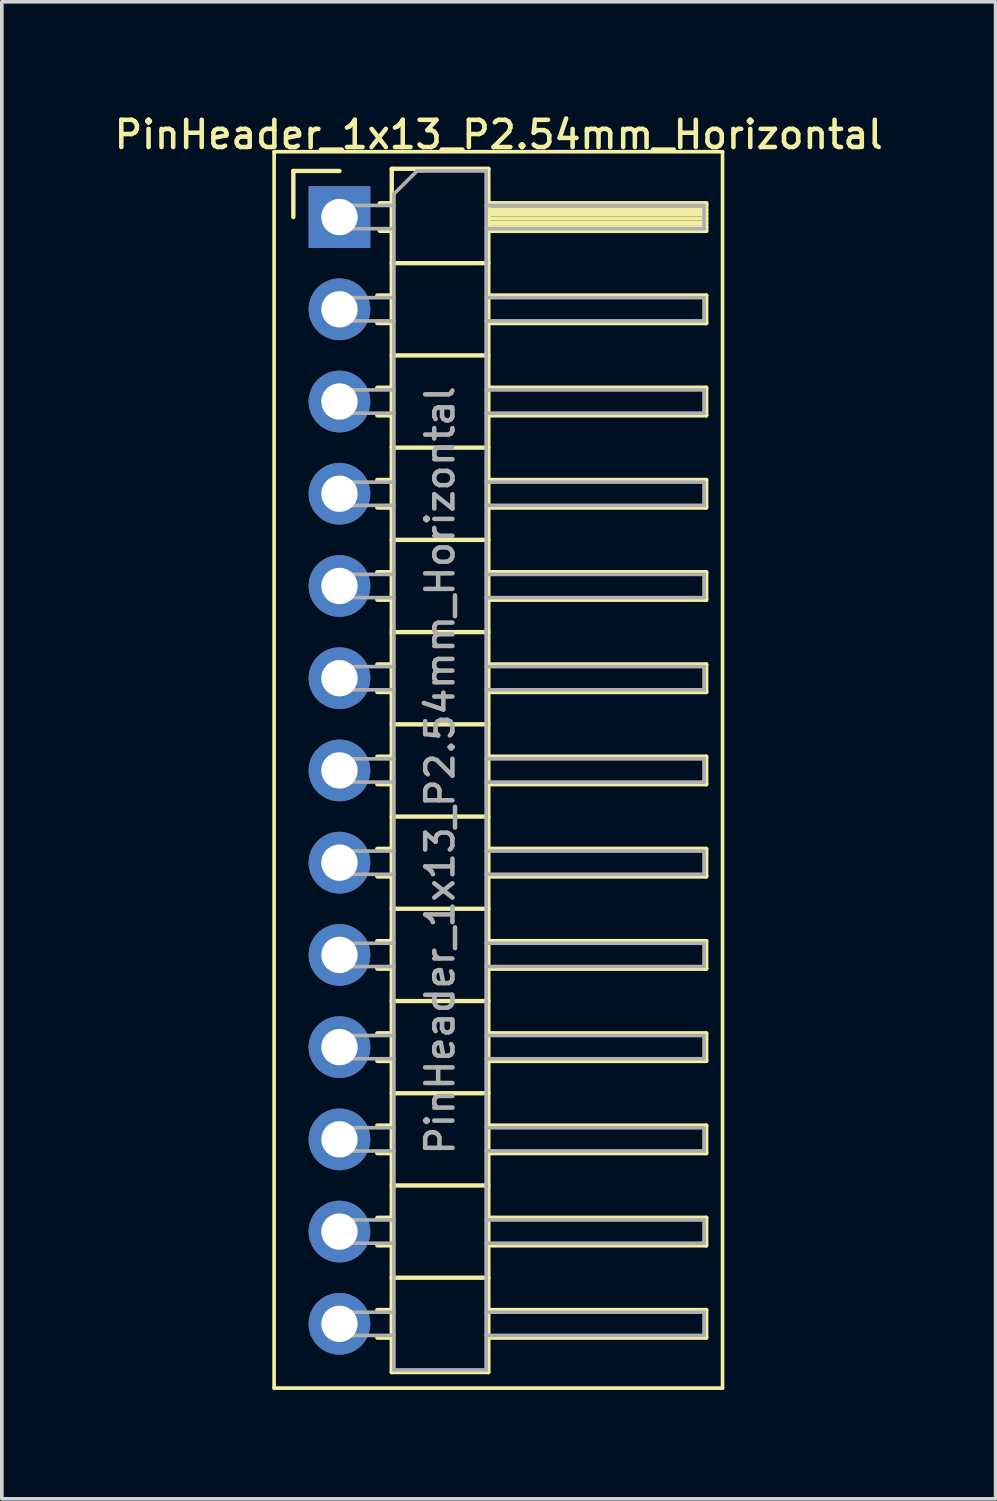
<source format=kicad_pcb>
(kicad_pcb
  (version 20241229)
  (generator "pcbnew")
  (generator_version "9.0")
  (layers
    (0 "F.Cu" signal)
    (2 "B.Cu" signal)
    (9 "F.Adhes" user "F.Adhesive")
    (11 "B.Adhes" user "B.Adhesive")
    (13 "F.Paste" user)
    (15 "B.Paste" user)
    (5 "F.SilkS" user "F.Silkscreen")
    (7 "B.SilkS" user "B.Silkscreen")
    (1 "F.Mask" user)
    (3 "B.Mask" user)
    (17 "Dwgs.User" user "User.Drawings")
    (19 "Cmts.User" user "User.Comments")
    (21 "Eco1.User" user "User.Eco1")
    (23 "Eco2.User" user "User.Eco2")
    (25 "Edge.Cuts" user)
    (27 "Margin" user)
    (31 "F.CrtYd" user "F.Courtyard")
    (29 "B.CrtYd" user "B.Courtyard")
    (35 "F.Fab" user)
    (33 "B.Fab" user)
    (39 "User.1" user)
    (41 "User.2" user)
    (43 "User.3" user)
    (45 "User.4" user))
  (footprint "PinHeader_1x13_P2.54mm_Horizontal"
    (layer "F.Cu")
    (at 6.299 2.928)
    (property "Reference" "PinHeader_1x13_P2.54mm_Horizontal" (at 4.385 -2.27 0) (layer "F.SilkS") (effects (font (size 0.75 0.75) (thickness 0.125))))
    (attr through_hole)
    (fp_line (start -1.8 -1.8) (end -1.8 32.25) (stroke (width 0.1) (type solid)) (layer "F.SilkS"))
    (fp_line (start -1.8 32.25) (end 10.55 32.25) (stroke (width 0.1) (type solid)) (layer "F.SilkS"))
    (fp_line (start -1.27 -1.27) (end 0 -1.27) (stroke (width 0.12) (type solid)) (layer "F.SilkS"))
    (fp_line (start -1.27 0) (end -1.27 -1.27) (stroke (width 0.12) (type solid)) (layer "F.SilkS"))
    (fp_line (start 1.043 2.16) (end 1.44 2.16) (stroke (width 0.12) (type solid)) (layer "F.SilkS"))
    (fp_line (start 1.043 2.92) (end 1.44 2.92) (stroke (width 0.12) (type solid)) (layer "F.SilkS"))
    (fp_line (start 1.043 4.7) (end 1.44 4.7) (stroke (width 0.12) (type solid)) (layer "F.SilkS"))
    (fp_line (start 1.043 5.46) (end 1.44 5.46) (stroke (width 0.12) (type solid)) (layer "F.SilkS"))
    (fp_line (start 1.043 7.24) (end 1.44 7.24) (stroke (width 0.12) (type solid)) (layer "F.SilkS"))
    (fp_line (start 1.043 8) (end 1.44 8) (stroke (width 0.12) (type solid)) (layer "F.SilkS"))
    (fp_line (start 1.043 9.78) (end 1.44 9.78) (stroke (width 0.12) (type solid)) (layer "F.SilkS"))
    (fp_line (start 1.043 10.54) (end 1.44 10.54) (stroke (width 0.12) (type solid)) (layer "F.SilkS"))
    (fp_line (start 1.043 12.32) (end 1.44 12.32) (stroke (width 0.12) (type solid)) (layer "F.SilkS"))
    (fp_line (start 1.043 13.08) (end 1.44 13.08) (stroke (width 0.12) (type solid)) (layer "F.SilkS"))
    (fp_line (start 1.043 14.86) (end 1.44 14.86) (stroke (width 0.12) (type solid)) (layer "F.SilkS"))
    (fp_line (start 1.043 15.62) (end 1.44 15.62) (stroke (width 0.12) (type solid)) (layer "F.SilkS"))
    (fp_line (start 1.043 17.4) (end 1.44 17.4) (stroke (width 0.12) (type solid)) (layer "F.SilkS"))
    (fp_line (start 1.043 18.16) (end 1.44 18.16) (stroke (width 0.12) (type solid)) (layer "F.SilkS"))
    (fp_line (start 1.043 19.94) (end 1.44 19.94) (stroke (width 0.12) (type solid)) (layer "F.SilkS"))
    (fp_line (start 1.043 20.7) (end 1.44 20.7) (stroke (width 0.12) (type solid)) (layer "F.SilkS"))
    (fp_line (start 1.043 22.48) (end 1.44 22.48) (stroke (width 0.12) (type solid)) (layer "F.SilkS"))
    (fp_line (start 1.043 23.24) (end 1.44 23.24) (stroke (width 0.12) (type solid)) (layer "F.SilkS"))
    (fp_line (start 1.043 25.02) (end 1.44 25.02) (stroke (width 0.12) (type solid)) (layer "F.SilkS"))
    (fp_line (start 1.043 25.78) (end 1.44 25.78) (stroke (width 0.12) (type solid)) (layer "F.SilkS"))
    (fp_line (start 1.043 27.56) (end 1.44 27.56) (stroke (width 0.12) (type solid)) (layer "F.SilkS"))
    (fp_line (start 1.043 28.32) (end 1.44 28.32) (stroke (width 0.12) (type solid)) (layer "F.SilkS"))
    (fp_line (start 1.043 30.1) (end 1.44 30.1) (stroke (width 0.12) (type solid)) (layer "F.SilkS"))
    (fp_line (start 1.043 30.86) (end 1.44 30.86) (stroke (width 0.12) (type solid)) (layer "F.SilkS"))
    (fp_line (start 1.11 -0.38) (end 1.44 -0.38) (stroke (width 0.12) (type solid)) (layer "F.SilkS"))
    (fp_line (start 1.11 0.38) (end 1.44 0.38) (stroke (width 0.12) (type solid)) (layer "F.SilkS"))
    (fp_line (start 1.44 -1.33) (end 1.44 31.81) (stroke (width 0.12) (type solid)) (layer "F.SilkS"))
    (fp_line (start 1.44 1.27) (end 4.1 1.27) (stroke (width 0.12) (type solid)) (layer "F.SilkS"))
    (fp_line (start 1.44 3.81) (end 4.1 3.81) (stroke (width 0.12) (type solid)) (layer "F.SilkS"))
    (fp_line (start 1.44 6.35) (end 4.1 6.35) (stroke (width 0.12) (type solid)) (layer "F.SilkS"))
    (fp_line (start 1.44 8.89) (end 4.1 8.89) (stroke (width 0.12) (type solid)) (layer "F.SilkS"))
    (fp_line (start 1.44 11.43) (end 4.1 11.43) (stroke (width 0.12) (type solid)) (layer "F.SilkS"))
    (fp_line (start 1.44 13.97) (end 4.1 13.97) (stroke (width 0.12) (type solid)) (layer "F.SilkS"))
    (fp_line (start 1.44 16.51) (end 4.1 16.51) (stroke (width 0.12) (type solid)) (layer "F.SilkS"))
    (fp_line (start 1.44 19.05) (end 4.1 19.05) (stroke (width 0.12) (type solid)) (layer "F.SilkS"))
    (fp_line (start 1.44 21.59) (end 4.1 21.59) (stroke (width 0.12) (type solid)) (layer "F.SilkS"))
    (fp_line (start 1.44 24.13) (end 4.1 24.13) (stroke (width 0.12) (type solid)) (layer "F.SilkS"))
    (fp_line (start 1.44 26.67) (end 4.1 26.67) (stroke (width 0.12) (type solid)) (layer "F.SilkS"))
    (fp_line (start 1.44 29.21) (end 4.1 29.21) (stroke (width 0.12) (type solid)) (layer "F.SilkS"))
    (fp_line (start 1.44 31.81) (end 4.1 31.81) (stroke (width 0.12) (type solid)) (layer "F.SilkS"))
    (fp_line (start 4.1 -1.33) (end 1.44 -1.33) (stroke (width 0.12) (type solid)) (layer "F.SilkS"))
    (fp_line (start 4.1 -0.38) (end 10.1 -0.38) (stroke (width 0.12) (type solid)) (layer "F.SilkS"))
    (fp_line (start 4.1 -0.32) (end 10.1 -0.32) (stroke (width 0.12) (type solid)) (layer "F.SilkS"))
    (fp_line (start 4.1 -0.2) (end 10.1 -0.2) (stroke (width 0.12) (type solid)) (layer "F.SilkS"))
    (fp_line (start 4.1 -0.08) (end 10.1 -0.08) (stroke (width 0.12) (type solid)) (layer "F.SilkS"))
    (fp_line (start 4.1 0.04) (end 10.1 0.04) (stroke (width 0.12) (type solid)) (layer "F.SilkS"))
    (fp_line (start 4.1 0.16) (end 10.1 0.16) (stroke (width 0.12) (type solid)) (layer "F.SilkS"))
    (fp_line (start 4.1 0.28) (end 10.1 0.28) (stroke (width 0.12) (type solid)) (layer "F.SilkS"))
    (fp_line (start 4.1 2.16) (end 10.1 2.16) (stroke (width 0.12) (type solid)) (layer "F.SilkS"))
    (fp_line (start 4.1 4.7) (end 10.1 4.7) (stroke (width 0.12) (type solid)) (layer "F.SilkS"))
    (fp_line (start 4.1 7.24) (end 10.1 7.24) (stroke (width 0.12) (type solid)) (layer "F.SilkS"))
    (fp_line (start 4.1 9.78) (end 10.1 9.78) (stroke (width 0.12) (type solid)) (layer "F.SilkS"))
    (fp_line (start 4.1 12.32) (end 10.1 12.32) (stroke (width 0.12) (type solid)) (layer "F.SilkS"))
    (fp_line (start 4.1 14.86) (end 10.1 14.86) (stroke (width 0.12) (type solid)) (layer "F.SilkS"))
    (fp_line (start 4.1 17.4) (end 10.1 17.4) (stroke (width 0.12) (type solid)) (layer "F.SilkS"))
    (fp_line (start 4.1 19.94) (end 10.1 19.94) (stroke (width 0.12) (type solid)) (layer "F.SilkS"))
    (fp_line (start 4.1 22.48) (end 10.1 22.48) (stroke (width 0.12) (type solid)) (layer "F.SilkS"))
    (fp_line (start 4.1 25.02) (end 10.1 25.02) (stroke (width 0.12) (type solid)) (layer "F.SilkS"))
    (fp_line (start 4.1 27.56) (end 10.1 27.56) (stroke (width 0.12) (type solid)) (layer "F.SilkS"))
    (fp_line (start 4.1 30.1) (end 10.1 30.1) (stroke (width 0.12) (type solid)) (layer "F.SilkS"))
    (fp_line (start 4.1 31.81) (end 4.1 -1.33) (stroke (width 0.12) (type solid)) (layer "F.SilkS"))
    (fp_line (start 10.1 -0.38) (end 10.1 0.38) (stroke (width 0.12) (type solid)) (layer "F.SilkS"))
    (fp_line (start 10.1 0.38) (end 4.1 0.38) (stroke (width 0.12) (type solid)) (layer "F.SilkS"))
    (fp_line (start 10.1 2.16) (end 10.1 2.92) (stroke (width 0.12) (type solid)) (layer "F.SilkS"))
    (fp_line (start 10.1 2.92) (end 4.1 2.92) (stroke (width 0.12) (type solid)) (layer "F.SilkS"))
    (fp_line (start 10.1 4.7) (end 10.1 5.46) (stroke (width 0.12) (type solid)) (layer "F.SilkS"))
    (fp_line (start 10.1 5.46) (end 4.1 5.46) (stroke (width 0.12) (type solid)) (layer "F.SilkS"))
    (fp_line (start 10.1 7.24) (end 10.1 8) (stroke (width 0.12) (type solid)) (layer "F.SilkS"))
    (fp_line (start 10.1 8) (end 4.1 8) (stroke (width 0.12) (type solid)) (layer "F.SilkS"))
    (fp_line (start 10.1 9.78) (end 10.1 10.54) (stroke (width 0.12) (type solid)) (layer "F.SilkS"))
    (fp_line (start 10.1 10.54) (end 4.1 10.54) (stroke (width 0.12) (type solid)) (layer "F.SilkS"))
    (fp_line (start 10.1 12.32) (end 10.1 13.08) (stroke (width 0.12) (type solid)) (layer "F.SilkS"))
    (fp_line (start 10.1 13.08) (end 4.1 13.08) (stroke (width 0.12) (type solid)) (layer "F.SilkS"))
    (fp_line (start 10.1 14.86) (end 10.1 15.62) (stroke (width 0.12) (type solid)) (layer "F.SilkS"))
    (fp_line (start 10.1 15.62) (end 4.1 15.62) (stroke (width 0.12) (type solid)) (layer "F.SilkS"))
    (fp_line (start 10.1 17.4) (end 10.1 18.16) (stroke (width 0.12) (type solid)) (layer "F.SilkS"))
    (fp_line (start 10.1 18.16) (end 4.1 18.16) (stroke (width 0.12) (type solid)) (layer "F.SilkS"))
    (fp_line (start 10.1 19.94) (end 10.1 20.7) (stroke (width 0.12) (type solid)) (layer "F.SilkS"))
    (fp_line (start 10.1 20.7) (end 4.1 20.7) (stroke (width 0.12) (type solid)) (layer "F.SilkS"))
    (fp_line (start 10.1 22.48) (end 10.1 23.24) (stroke (width 0.12) (type solid)) (layer "F.SilkS"))
    (fp_line (start 10.1 23.24) (end 4.1 23.24) (stroke (width 0.12) (type solid)) (layer "F.SilkS"))
    (fp_line (start 10.1 25.02) (end 10.1 25.78) (stroke (width 0.12) (type solid)) (layer "F.SilkS"))
    (fp_line (start 10.1 25.78) (end 4.1 25.78) (stroke (width 0.12) (type solid)) (layer "F.SilkS"))
    (fp_line (start 10.1 27.56) (end 10.1 28.32) (stroke (width 0.12) (type solid)) (layer "F.SilkS"))
    (fp_line (start 10.1 28.32) (end 4.1 28.32) (stroke (width 0.12) (type solid)) (layer "F.SilkS"))
    (fp_line (start 10.1 30.1) (end 10.1 30.86) (stroke (width 0.12) (type solid)) (layer "F.SilkS"))
    (fp_line (start 10.1 30.86) (end 4.1 30.86) (stroke (width 0.12) (type solid)) (layer "F.SilkS"))
    (fp_line (start 10.55 -1.8) (end -1.8 -1.8) (stroke (width 0.1) (type solid)) (layer "F.SilkS"))
    (fp_line (start 10.55 32.25) (end 10.55 -1.8) (stroke (width 0.1) (type solid)) (layer "F.SilkS"))
    (fp_line (start -0.32 -0.32) (end -0.32 0.32) (stroke (width 0.1) (type solid)) (layer "F.Fab"))
    (fp_line (start -0.32 -0.32) (end 1.5 -0.32) (stroke (width 0.1) (type solid)) (layer "F.Fab"))
    (fp_line (start -0.32 0.32) (end 1.5 0.32) (stroke (width 0.1) (type solid)) (layer "F.Fab"))
    (fp_line (start -0.32 2.22) (end -0.32 2.86) (stroke (width 0.1) (type solid)) (layer "F.Fab"))
    (fp_line (start -0.32 2.22) (end 1.5 2.22) (stroke (width 0.1) (type solid)) (layer "F.Fab"))
    (fp_line (start -0.32 2.86) (end 1.5 2.86) (stroke (width 0.1) (type solid)) (layer "F.Fab"))
    (fp_line (start -0.32 4.76) (end -0.32 5.4) (stroke (width 0.1) (type solid)) (layer "F.Fab"))
    (fp_line (start -0.32 4.76) (end 1.5 4.76) (stroke (width 0.1) (type solid)) (layer "F.Fab"))
    (fp_line (start -0.32 5.4) (end 1.5 5.4) (stroke (width 0.1) (type solid)) (layer "F.Fab"))
    (fp_line (start -0.32 7.3) (end -0.32 7.94) (stroke (width 0.1) (type solid)) (layer "F.Fab"))
    (fp_line (start -0.32 7.3) (end 1.5 7.3) (stroke (width 0.1) (type solid)) (layer "F.Fab"))
    (fp_line (start -0.32 7.94) (end 1.5 7.94) (stroke (width 0.1) (type solid)) (layer "F.Fab"))
    (fp_line (start -0.32 9.84) (end -0.32 10.48) (stroke (width 0.1) (type solid)) (layer "F.Fab"))
    (fp_line (start -0.32 9.84) (end 1.5 9.84) (stroke (width 0.1) (type solid)) (layer "F.Fab"))
    (fp_line (start -0.32 10.48) (end 1.5 10.48) (stroke (width 0.1) (type solid)) (layer "F.Fab"))
    (fp_line (start -0.32 12.38) (end -0.32 13.02) (stroke (width 0.1) (type solid)) (layer "F.Fab"))
    (fp_line (start -0.32 12.38) (end 1.5 12.38) (stroke (width 0.1) (type solid)) (layer "F.Fab"))
    (fp_line (start -0.32 13.02) (end 1.5 13.02) (stroke (width 0.1) (type solid)) (layer "F.Fab"))
    (fp_line (start -0.32 14.92) (end -0.32 15.56) (stroke (width 0.1) (type solid)) (layer "F.Fab"))
    (fp_line (start -0.32 14.92) (end 1.5 14.92) (stroke (width 0.1) (type solid)) (layer "F.Fab"))
    (fp_line (start -0.32 15.56) (end 1.5 15.56) (stroke (width 0.1) (type solid)) (layer "F.Fab"))
    (fp_line (start -0.32 17.46) (end -0.32 18.1) (stroke (width 0.1) (type solid)) (layer "F.Fab"))
    (fp_line (start -0.32 17.46) (end 1.5 17.46) (stroke (width 0.1) (type solid)) (layer "F.Fab"))
    (fp_line (start -0.32 18.1) (end 1.5 18.1) (stroke (width 0.1) (type solid)) (layer "F.Fab"))
    (fp_line (start -0.32 20) (end -0.32 20.64) (stroke (width 0.1) (type solid)) (layer "F.Fab"))
    (fp_line (start -0.32 20) (end 1.5 20) (stroke (width 0.1) (type solid)) (layer "F.Fab"))
    (fp_line (start -0.32 20.64) (end 1.5 20.64) (stroke (width 0.1) (type solid)) (layer "F.Fab"))
    (fp_line (start -0.32 22.54) (end -0.32 23.18) (stroke (width 0.1) (type solid)) (layer "F.Fab"))
    (fp_line (start -0.32 22.54) (end 1.5 22.54) (stroke (width 0.1) (type solid)) (layer "F.Fab"))
    (fp_line (start -0.32 23.18) (end 1.5 23.18) (stroke (width 0.1) (type solid)) (layer "F.Fab"))
    (fp_line (start -0.32 25.08) (end -0.32 25.72) (stroke (width 0.1) (type solid)) (layer "F.Fab"))
    (fp_line (start -0.32 25.08) (end 1.5 25.08) (stroke (width 0.1) (type solid)) (layer "F.Fab"))
    (fp_line (start -0.32 25.72) (end 1.5 25.72) (stroke (width 0.1) (type solid)) (layer "F.Fab"))
    (fp_line (start -0.32 27.62) (end -0.32 28.26) (stroke (width 0.1) (type solid)) (layer "F.Fab"))
    (fp_line (start -0.32 27.62) (end 1.5 27.62) (stroke (width 0.1) (type solid)) (layer "F.Fab"))
    (fp_line (start -0.32 28.26) (end 1.5 28.26) (stroke (width 0.1) (type solid)) (layer "F.Fab"))
    (fp_line (start -0.32 30.16) (end -0.32 30.8) (stroke (width 0.1) (type solid)) (layer "F.Fab"))
    (fp_line (start -0.32 30.16) (end 1.5 30.16) (stroke (width 0.1) (type solid)) (layer "F.Fab"))
    (fp_line (start -0.32 30.8) (end 1.5 30.8) (stroke (width 0.1) (type solid)) (layer "F.Fab"))
    (fp_line (start 1.5 -0.635) (end 2.135 -1.27) (stroke (width 0.1) (type solid)) (layer "F.Fab"))
    (fp_line (start 1.5 31.75) (end 1.5 -0.635) (stroke (width 0.1) (type solid)) (layer "F.Fab"))
    (fp_line (start 2.135 -1.27) (end 4.04 -1.27) (stroke (width 0.1) (type solid)) (layer "F.Fab"))
    (fp_line (start 4.04 -1.27) (end 4.04 31.75) (stroke (width 0.1) (type solid)) (layer "F.Fab"))
    (fp_line (start 4.04 -0.32) (end 10.04 -0.32) (stroke (width 0.1) (type solid)) (layer "F.Fab"))
    (fp_line (start 4.04 0.32) (end 10.04 0.32) (stroke (width 0.1) (type solid)) (layer "F.Fab"))
    (fp_line (start 4.04 2.22) (end 10.04 2.22) (stroke (width 0.1) (type solid)) (layer "F.Fab"))
    (fp_line (start 4.04 2.86) (end 10.04 2.86) (stroke (width 0.1) (type solid)) (layer "F.Fab"))
    (fp_line (start 4.04 4.76) (end 10.04 4.76) (stroke (width 0.1) (type solid)) (layer "F.Fab"))
    (fp_line (start 4.04 5.4) (end 10.04 5.4) (stroke (width 0.1) (type solid)) (layer "F.Fab"))
    (fp_line (start 4.04 7.3) (end 10.04 7.3) (stroke (width 0.1) (type solid)) (layer "F.Fab"))
    (fp_line (start 4.04 7.94) (end 10.04 7.94) (stroke (width 0.1) (type solid)) (layer "F.Fab"))
    (fp_line (start 4.04 9.84) (end 10.04 9.84) (stroke (width 0.1) (type solid)) (layer "F.Fab"))
    (fp_line (start 4.04 10.48) (end 10.04 10.48) (stroke (width 0.1) (type solid)) (layer "F.Fab"))
    (fp_line (start 4.04 12.38) (end 10.04 12.38) (stroke (width 0.1) (type solid)) (layer "F.Fab"))
    (fp_line (start 4.04 13.02) (end 10.04 13.02) (stroke (width 0.1) (type solid)) (layer "F.Fab"))
    (fp_line (start 4.04 14.92) (end 10.04 14.92) (stroke (width 0.1) (type solid)) (layer "F.Fab"))
    (fp_line (start 4.04 15.56) (end 10.04 15.56) (stroke (width 0.1) (type solid)) (layer "F.Fab"))
    (fp_line (start 4.04 17.46) (end 10.04 17.46) (stroke (width 0.1) (type solid)) (layer "F.Fab"))
    (fp_line (start 4.04 18.1) (end 10.04 18.1) (stroke (width 0.1) (type solid)) (layer "F.Fab"))
    (fp_line (start 4.04 20) (end 10.04 20) (stroke (width 0.1) (type solid)) (layer "F.Fab"))
    (fp_line (start 4.04 20.64) (end 10.04 20.64) (stroke (width 0.1) (type solid)) (layer "F.Fab"))
    (fp_line (start 4.04 22.54) (end 10.04 22.54) (stroke (width 0.1) (type solid)) (layer "F.Fab"))
    (fp_line (start 4.04 23.18) (end 10.04 23.18) (stroke (width 0.1) (type solid)) (layer "F.Fab"))
    (fp_line (start 4.04 25.08) (end 10.04 25.08) (stroke (width 0.1) (type solid)) (layer "F.Fab"))
    (fp_line (start 4.04 25.72) (end 10.04 25.72) (stroke (width 0.1) (type solid)) (layer "F.Fab"))
    (fp_line (start 4.04 27.62) (end 10.04 27.62) (stroke (width 0.1) (type solid)) (layer "F.Fab"))
    (fp_line (start 4.04 28.26) (end 10.04 28.26) (stroke (width 0.1) (type solid)) (layer "F.Fab"))
    (fp_line (start 4.04 30.16) (end 10.04 30.16) (stroke (width 0.1) (type solid)) (layer "F.Fab"))
    (fp_line (start 4.04 30.8) (end 10.04 30.8) (stroke (width 0.1) (type solid)) (layer "F.Fab"))
    (fp_line (start 4.04 31.75) (end 1.5 31.75) (stroke (width 0.1) (type solid)) (layer "F.Fab"))
    (fp_line (start 10.04 -0.32) (end 10.04 0.32) (stroke (width 0.1) (type solid)) (layer "F.Fab"))
    (fp_line (start 10.04 2.22) (end 10.04 2.86) (stroke (width 0.1) (type solid)) (layer "F.Fab"))
    (fp_line (start 10.04 4.76) (end 10.04 5.4) (stroke (width 0.1) (type solid)) (layer "F.Fab"))
    (fp_line (start 10.04 7.3) (end 10.04 7.94) (stroke (width 0.1) (type solid)) (layer "F.Fab"))
    (fp_line (start 10.04 9.84) (end 10.04 10.48) (stroke (width 0.1) (type solid)) (layer "F.Fab"))
    (fp_line (start 10.04 12.38) (end 10.04 13.02) (stroke (width 0.1) (type solid)) (layer "F.Fab"))
    (fp_line (start 10.04 14.92) (end 10.04 15.56) (stroke (width 0.1) (type solid)) (layer "F.Fab"))
    (fp_line (start 10.04 17.46) (end 10.04 18.1) (stroke (width 0.1) (type solid)) (layer "F.Fab"))
    (fp_line (start 10.04 20) (end 10.04 20.64) (stroke (width 0.1) (type solid)) (layer "F.Fab"))
    (fp_line (start 10.04 22.54) (end 10.04 23.18) (stroke (width 0.1) (type solid)) (layer "F.Fab"))
    (fp_line (start 10.04 25.08) (end 10.04 25.72) (stroke (width 0.1) (type solid)) (layer "F.Fab"))
    (fp_line (start 10.04 27.62) (end 10.04 28.26) (stroke (width 0.1) (type solid)) (layer "F.Fab"))
    (fp_line (start 10.04 30.16) (end 10.04 30.8) (stroke (width 0.1) (type solid)) (layer "F.Fab"))
    (fp_text user "${REFERENCE}" (at 2.77 15.24 90) (layer "F.Fab") (effects (font (size 0.75 0.75) (thickness 0.125))))
    (pad "1" thru_hole rect (at 0 0) (size 1.7 1.7) (drill 1) (layers "*.Cu" "*.Mask"))
    (pad "2" thru_hole oval (at 0 2.54) (size 1.7 1.7) (drill 1) (layers "*.Cu" "*.Mask"))
    (pad "3" thru_hole oval (at 0 5.08) (size 1.7 1.7) (drill 1) (layers "*.Cu" "*.Mask"))
    (pad "4" thru_hole oval (at 0 7.62) (size 1.7 1.7) (drill 1) (layers "*.Cu" "*.Mask"))
    (pad "5" thru_hole oval (at 0 10.16) (size 1.7 1.7) (drill 1) (layers "*.Cu" "*.Mask"))
    (pad "6" thru_hole oval (at 0 12.7) (size 1.7 1.7) (drill 1) (layers "*.Cu" "*.Mask"))
    (pad "7" thru_hole oval (at 0 15.24) (size 1.7 1.7) (drill 1) (layers "*.Cu" "*.Mask"))
    (pad "8" thru_hole oval (at 0 17.78) (size 1.7 1.7) (drill 1) (layers "*.Cu" "*.Mask"))
    (pad "9" thru_hole oval (at 0 20.32) (size 1.7 1.7) (drill 1) (layers "*.Cu" "*.Mask"))
    (pad "10" thru_hole oval (at 0 22.86) (size 1.7 1.7) (drill 1) (layers "*.Cu" "*.Mask"))
    (pad "11" thru_hole oval (at 0 25.4) (size 1.7 1.7) (drill 1) (layers "*.Cu" "*.Mask"))
    (pad "12" thru_hole oval (at 0 27.94) (size 1.7 1.7) (drill 1) (layers "*.Cu" "*.Mask"))
    (pad "13" thru_hole oval (at 0 30.48) (size 1.7 1.7) (drill 1) (layers "*.Cu" "*.Mask")))
  (gr_rect
    (start -3 -3)
    (end 24.368 38.228)
    (stroke (width 0.1) (type default))
    (fill no)
    (layer "Edge.Cuts")))
</source>
